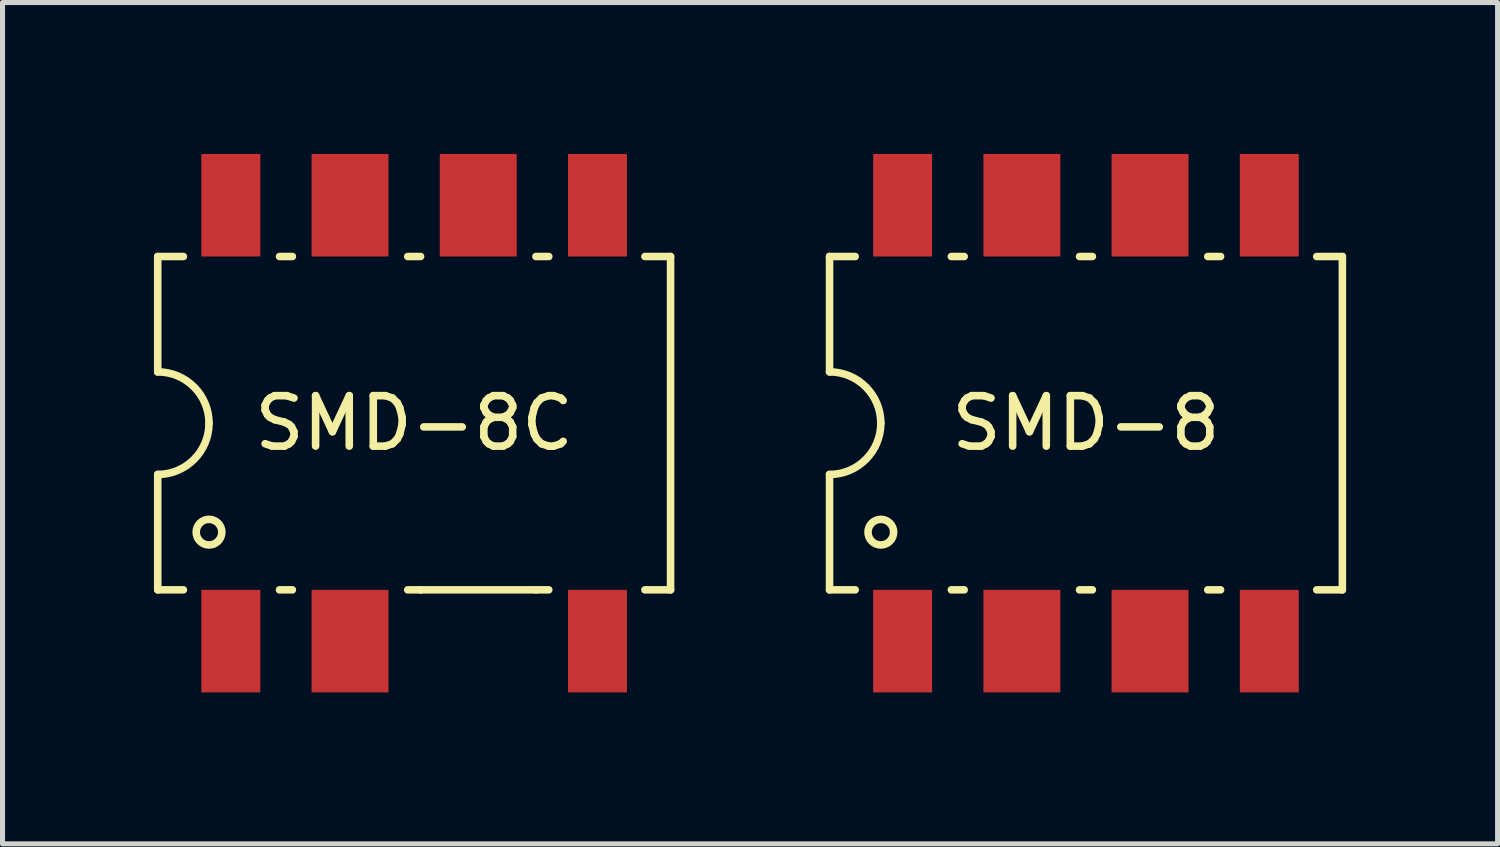
<source format=kicad_pcb>
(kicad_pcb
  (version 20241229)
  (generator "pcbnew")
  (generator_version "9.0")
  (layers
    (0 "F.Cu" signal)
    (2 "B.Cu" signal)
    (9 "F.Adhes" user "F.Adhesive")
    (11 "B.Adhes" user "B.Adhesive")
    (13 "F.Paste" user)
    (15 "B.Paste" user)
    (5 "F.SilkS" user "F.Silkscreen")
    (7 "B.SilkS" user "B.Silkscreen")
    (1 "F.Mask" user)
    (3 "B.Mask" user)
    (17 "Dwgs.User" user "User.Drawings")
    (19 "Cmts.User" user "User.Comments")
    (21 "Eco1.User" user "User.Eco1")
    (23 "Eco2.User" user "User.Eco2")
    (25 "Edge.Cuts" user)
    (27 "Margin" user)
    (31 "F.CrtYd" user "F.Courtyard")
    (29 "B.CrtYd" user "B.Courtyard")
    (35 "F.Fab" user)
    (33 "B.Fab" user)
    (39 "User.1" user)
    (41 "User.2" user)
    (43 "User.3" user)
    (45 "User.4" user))
  (footprint "SMD-8C"
    (layer "F.Cu")
    (at 5.155 5.334)
    (property "Reference" "SMD-8C" (at 0 0 0) (layer "F.SilkS") (effects (font (size 1 1) (thickness 0.15))))
    (attr through_hole)
    (fp_line (start -5.08 -3.302) (end -5.08 -1.016) (stroke (width 0.15) (type solid)) (layer "F.SilkS"))
    (fp_line (start -5.08 -3.302) (end -4.572 -3.302) (stroke (width 0.15) (type solid)) (layer "F.SilkS"))
    (fp_line (start -5.08 1.016) (end -5.08 3.302) (stroke (width 0.15) (type solid)) (layer "F.SilkS"))
    (fp_line (start -5.08 3.302) (end -4.572 3.302) (stroke (width 0.15) (type solid)) (layer "F.SilkS"))
    (fp_line (start -2.667 -3.302) (end -2.413 -3.302) (stroke (width 0.15) (type solid)) (layer "F.SilkS"))
    (fp_line (start -2.667 3.302) (end -2.413 3.302) (stroke (width 0.15) (type solid)) (layer "F.SilkS"))
    (fp_line (start -0.127 -3.302) (end 0.127 -3.302) (stroke (width 0.15) (type solid)) (layer "F.SilkS"))
    (fp_line (start -0.127 3.302) (end 0.127 3.302) (stroke (width 0.15) (type solid)) (layer "F.SilkS"))
    (fp_line (start 0.127 3.302) (end 2.413 3.302) (stroke (width 0.15) (type solid)) (layer "F.SilkS"))
    (fp_line (start 2.413 -3.302) (end 2.667 -3.302) (stroke (width 0.15) (type solid)) (layer "F.SilkS"))
    (fp_line (start 2.413 3.302) (end 2.667 3.302) (stroke (width 0.15) (type solid)) (layer "F.SilkS"))
    (fp_line (start 5.08 -3.302) (end 4.572 -3.302) (stroke (width 0.15) (type solid)) (layer "F.SilkS"))
    (fp_line (start 5.08 -3.302) (end 5.08 3.302) (stroke (width 0.15) (type solid)) (layer "F.SilkS"))
    (fp_line (start 5.08 3.302) (end 4.572 3.302) (stroke (width 0.15) (type solid)) (layer "F.SilkS"))
    (fp_arc (start -5.08 -1.016) (mid -4.36158 -0.71842) (end -4.064 0) (stroke (width 0.15) (type solid)) (layer "F.SilkS"))
    (fp_arc (start -4.064 0) (mid -4.36158 0.71842) (end -5.08 1.016) (stroke (width 0.15) (type solid)) (layer "F.SilkS"))
    (fp_circle (center -4.064 2.159) (end -3.81 2.159) (stroke (width 0.15) (type solid)) (fill no) (layer "F.SilkS"))
    (pad "1" smd rect (at -3.632 4.318) (size 1.168 2.032) (layers "F.Cu" "F.Mask" "F.Paste"))
    (pad "2" smd rect (at -1.27 4.318) (size 1.524 2.032) (layers "F.Cu" "F.Mask" "F.Paste"))
    (pad "4" smd rect (at 3.632 4.318) (size 1.168 2.032) (layers "F.Cu" "F.Mask" "F.Paste"))
    (pad "5" smd rect (at 3.632 -4.318) (size 1.168 2.032) (layers "F.Cu" "F.Mask" "F.Paste"))
    (pad "6" smd rect (at 1.27 -4.318) (size 1.524 2.032) (layers "F.Cu" "F.Mask" "F.Paste"))
    (pad "7" smd rect (at -1.27 -4.318) (size 1.524 2.032) (layers "F.Cu" "F.Mask" "F.Paste"))
    (pad "8" smd rect (at -3.632 -4.318) (size 1.168 2.032) (layers "F.Cu" "F.Mask" "F.Paste")))
  (footprint "SMD-8"
    (layer "F.Cu")
    (at 18.465 5.334)
    (property "Reference" "SMD-8" (at 0 0 0) (layer "F.SilkS") (effects (font (size 1 1) (thickness 0.15))))
    (attr through_hole)
    (fp_line (start -5.08 -3.302) (end -5.08 -1.016) (stroke (width 0.15) (type solid)) (layer "F.SilkS"))
    (fp_line (start -5.08 -3.302) (end -4.572 -3.302) (stroke (width 0.15) (type solid)) (layer "F.SilkS"))
    (fp_line (start -5.08 1.016) (end -5.08 3.302) (stroke (width 0.15) (type solid)) (layer "F.SilkS"))
    (fp_line (start -5.08 3.302) (end -4.572 3.302) (stroke (width 0.15) (type solid)) (layer "F.SilkS"))
    (fp_line (start -2.667 -3.302) (end -2.413 -3.302) (stroke (width 0.15) (type solid)) (layer "F.SilkS"))
    (fp_line (start -2.667 3.302) (end -2.413 3.302) (stroke (width 0.15) (type solid)) (layer "F.SilkS"))
    (fp_line (start -0.127 -3.302) (end 0.127 -3.302) (stroke (width 0.15) (type solid)) (layer "F.SilkS"))
    (fp_line (start -0.127 3.302) (end 0.127 3.302) (stroke (width 0.15) (type solid)) (layer "F.SilkS"))
    (fp_line (start 2.413 -3.302) (end 2.667 -3.302) (stroke (width 0.15) (type solid)) (layer "F.SilkS"))
    (fp_line (start 2.413 3.302) (end 2.667 3.302) (stroke (width 0.15) (type solid)) (layer "F.SilkS"))
    (fp_line (start 5.08 -3.302) (end 4.572 -3.302) (stroke (width 0.15) (type solid)) (layer "F.SilkS"))
    (fp_line (start 5.08 -3.302) (end 5.08 3.302) (stroke (width 0.15) (type solid)) (layer "F.SilkS"))
    (fp_line (start 5.08 3.302) (end 4.572 3.302) (stroke (width 0.15) (type solid)) (layer "F.SilkS"))
    (fp_arc (start -5.08 -1.016) (mid -4.36158 -0.71842) (end -4.064 0) (stroke (width 0.15) (type solid)) (layer "F.SilkS"))
    (fp_arc (start -4.064 0) (mid -4.36158 0.71842) (end -5.08 1.016) (stroke (width 0.15) (type solid)) (layer "F.SilkS"))
    (fp_circle (center -4.064 2.159) (end -3.81 2.159) (stroke (width 0.15) (type solid)) (fill no) (layer "F.SilkS"))
    (pad "1" smd rect (at -3.632 4.318) (size 1.168 2.032) (layers "F.Cu" "F.Mask" "F.Paste"))
    (pad "2" smd rect (at -1.27 4.318) (size 1.524 2.032) (layers "F.Cu" "F.Mask" "F.Paste"))
    (pad "3" smd rect (at 1.27 4.318) (size 1.524 2.032) (layers "F.Cu" "F.Mask" "F.Paste"))
    (pad "4" smd rect (at 3.632 4.318) (size 1.168 2.032) (layers "F.Cu" "F.Mask" "F.Paste"))
    (pad "5" smd rect (at 3.632 -4.318) (size 1.168 2.032) (layers "F.Cu" "F.Mask" "F.Paste"))
    (pad "6" smd rect (at 1.27 -4.318) (size 1.524 2.032) (layers "F.Cu" "F.Mask" "F.Paste"))
    (pad "7" smd rect (at -1.27 -4.318) (size 1.524 2.032) (layers "F.Cu" "F.Mask" "F.Paste"))
    (pad "8" smd rect (at -3.632 -4.318) (size 1.168 2.032) (layers "F.Cu" "F.Mask" "F.Paste")))
  (gr_rect
    (start -3 -3)
    (end 26.62 13.668)
    (stroke (width 0.1) (type default))
    (fill no)
    (layer "Edge.Cuts")))
</source>
